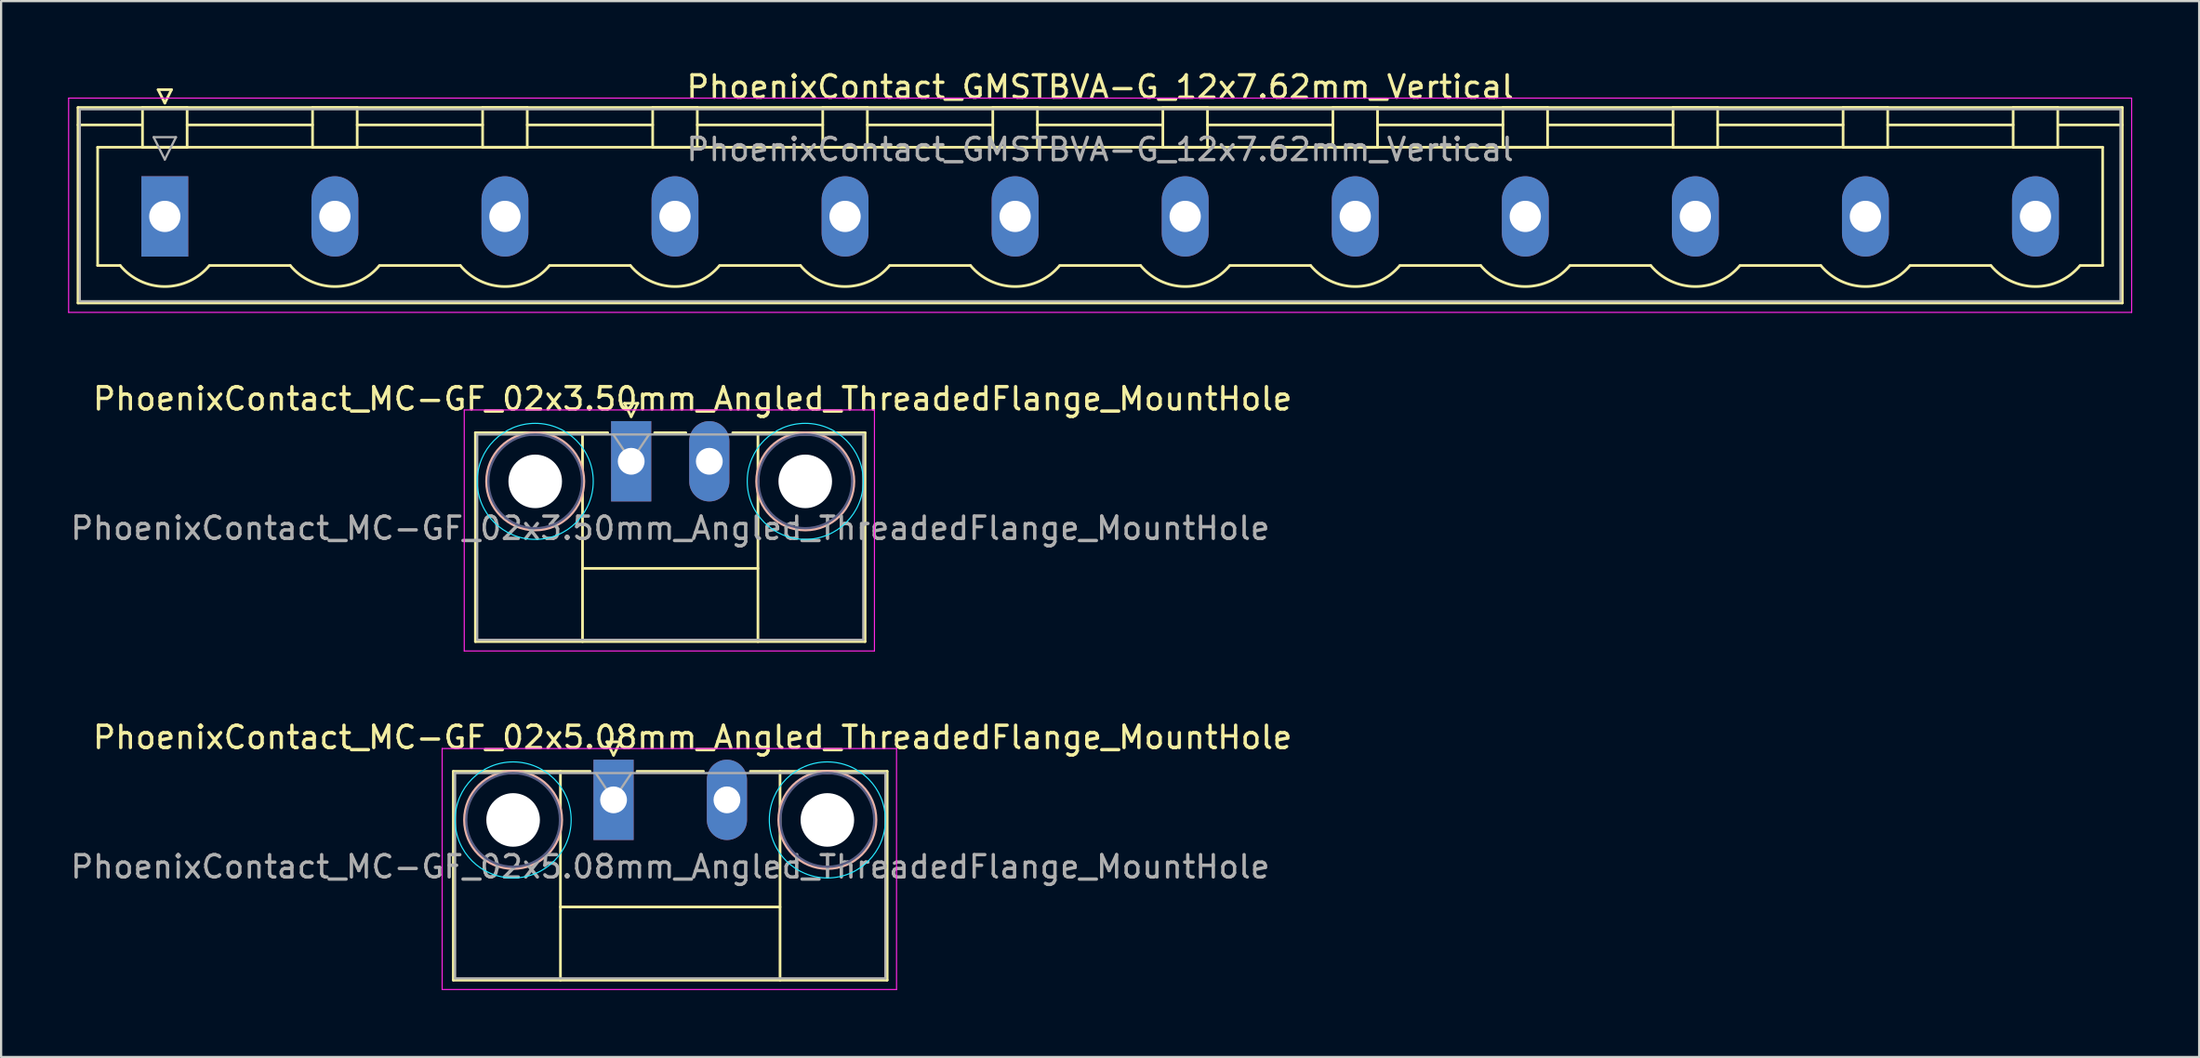
<source format=kicad_pcb>
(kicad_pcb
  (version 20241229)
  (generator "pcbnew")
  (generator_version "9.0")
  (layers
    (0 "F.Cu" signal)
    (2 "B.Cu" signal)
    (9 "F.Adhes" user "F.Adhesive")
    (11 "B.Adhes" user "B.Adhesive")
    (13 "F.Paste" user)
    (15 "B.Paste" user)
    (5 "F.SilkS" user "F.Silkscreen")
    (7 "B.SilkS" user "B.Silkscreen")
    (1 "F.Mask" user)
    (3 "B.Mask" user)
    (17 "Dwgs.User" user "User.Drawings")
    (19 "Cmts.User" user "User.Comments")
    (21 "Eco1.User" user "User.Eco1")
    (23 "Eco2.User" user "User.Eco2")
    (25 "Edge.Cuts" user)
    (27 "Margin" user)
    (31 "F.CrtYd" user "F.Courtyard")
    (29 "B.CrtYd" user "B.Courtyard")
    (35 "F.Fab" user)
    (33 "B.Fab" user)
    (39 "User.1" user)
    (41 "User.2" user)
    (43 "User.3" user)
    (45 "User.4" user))
  (footprint "PhoenixContact_MC-GF_02x3.50mm_Angled_ThreadedFlange_MountHole"
    (layer "F.Cu")
    (at 25.232 17.622)
    (property "Reference" "PhoenixContact_MC-GF_02x3.50mm_Angled_ThreadedFlange_MountHole" (at 2.75 -2.8 0) (layer "F.SilkS") (effects (font (size 1 1) (thickness 0.15))))
    (attr through_hole)
    (fp_line (start -6.98 -1.28) (end -6.98 8.08) (stroke (width 0.12) (type solid)) (layer "F.SilkS"))
    (fp_line (start -6.98 -1.28) (end -1.05 -1.28) (stroke (width 0.12) (type solid)) (layer "F.SilkS"))
    (fp_line (start -6.98 8.08) (end 10.48 8.08) (stroke (width 0.12) (type solid)) (layer "F.SilkS"))
    (fp_line (start -2.18 -1.28) (end -2.18 8.08) (stroke (width 0.12) (type solid)) (layer "F.SilkS"))
    (fp_line (start -2.18 4.8) (end 5.68 4.8) (stroke (width 0.12) (type solid)) (layer "F.SilkS"))
    (fp_line (start -0.3 -2.6) (end 0.3 -2.6) (stroke (width 0.12) (type solid)) (layer "F.SilkS"))
    (fp_line (start 0 -2) (end -0.3 -2.6) (stroke (width 0.12) (type solid)) (layer "F.SilkS"))
    (fp_line (start 0.3 -2.6) (end 0 -2) (stroke (width 0.12) (type solid)) (layer "F.SilkS"))
    (fp_line (start 1.05 -1.28) (end 2.45 -1.28) (stroke (width 0.12) (type solid)) (layer "F.SilkS"))
    (fp_line (start 5.68 -1.28) (end 5.68 8.08) (stroke (width 0.12) (type solid)) (layer "F.SilkS"))
    (fp_line (start 10.48 -1.28) (end 4.55 -1.28) (stroke (width 0.12) (type solid)) (layer "F.SilkS"))
    (fp_line (start 10.48 8.08) (end 10.48 -1.28) (stroke (width 0.12) (type solid)) (layer "F.SilkS"))
    (fp_circle (center -4.3 0.9) (end -2.12 0.9) (stroke (width 0.12) (type solid)) (fill no) (layer "B.SilkS"))
    (fp_circle (center 7.8 0.9) (end 9.98 0.9) (stroke (width 0.12) (type solid)) (fill no) (layer "B.SilkS"))
    (fp_circle (center -4.3 0.9) (end -1.7 0.9) (stroke (width 0.05) (type solid)) (fill no) (layer "B.CrtYd"))
    (fp_circle (center 7.8 0.9) (end 10.4 0.9) (stroke (width 0.05) (type solid)) (fill no) (layer "B.CrtYd"))
    (fp_line (start -7.48 -2.3) (end -7.48 8.5) (stroke (width 0.05) (type solid)) (layer "F.CrtYd"))
    (fp_line (start -7.48 8.5) (end 10.9 8.5) (stroke (width 0.05) (type solid)) (layer "F.CrtYd"))
    (fp_line (start 10.9 -2.3) (end -7.48 -2.3) (stroke (width 0.05) (type solid)) (layer "F.CrtYd"))
    (fp_line (start 10.9 8.5) (end 10.9 -2.3) (stroke (width 0.05) (type solid)) (layer "F.CrtYd"))
    (fp_circle (center -4.3 0.9) (end -2.2 0.9) (stroke (width 0.1) (type solid)) (fill no) (layer "B.Fab"))
    (fp_circle (center 7.8 0.9) (end 9.9 0.9) (stroke (width 0.1) (type solid)) (fill no) (layer "B.Fab"))
    (fp_line (start -6.9 -1.2) (end -6.9 8) (stroke (width 0.1) (type solid)) (layer "F.Fab"))
    (fp_line (start -6.9 8) (end 10.4 8) (stroke (width 0.1) (type solid)) (layer "F.Fab"))
    (fp_line (start 0 0) (end -0.8 -1.2) (stroke (width 0.1) (type solid)) (layer "F.Fab"))
    (fp_line (start 0.8 -1.2) (end 0 0) (stroke (width 0.1) (type solid)) (layer "F.Fab"))
    (fp_line (start 10.4 -1.2) (end -6.9 -1.2) (stroke (width 0.1) (type solid)) (layer "F.Fab"))
    (fp_line (start 10.4 8) (end 10.4 -1.2) (stroke (width 0.1) (type solid)) (layer "F.Fab"))
    (fp_text user "${REFERENCE}" (at 1.75 3 0) (layer "F.Fab") (effects (font (size 1 1) (thickness 0.15))))
    (pad "" np_thru_hole circle (at -4.3 0.9) (size 2.4 2.4) (drill 2.4) (layers "*.Cu" "*.Mask"))
    (pad "" np_thru_hole circle (at 7.8 0.9) (size 2.4 2.4) (drill 2.4) (layers "*.Cu" "*.Mask"))
    (pad "1" thru_hole rect (at 0 0) (size 1.8 3.6) (drill 1.2) (layers "*.Cu" "*.Mask"))
    (pad "2" thru_hole oval (at 3.5 0) (size 1.8 3.6) (drill 1.2) (layers "*.Cu" "*.Mask")))
  (footprint "PhoenixContact_GMSTBVA-G_12x7.62mm_Vertical"
    (layer "F.Cu")
    (at 4.335 6.648)
    (property "Reference" "PhoenixContact_GMSTBVA-G_12x7.62mm_Vertical" (at 41.91 -5.8 0) (layer "F.SilkS") (effects (font (size 1 1) (thickness 0.15))))
    (attr through_hole)
    (fp_line (start -3.89 -4.88) (end -3.89 3.88) (stroke (width 0.12) (type solid)) (layer "F.SilkS"))
    (fp_line (start -3.89 -4.1) (end -1.08 -4.1) (stroke (width 0.12) (type solid)) (layer "F.SilkS"))
    (fp_line (start -3.89 3.88) (end 87.71 3.88) (stroke (width 0.12) (type solid)) (layer "F.SilkS"))
    (fp_line (start -3.01 -3.1) (end 86.83 -3.1) (stroke (width 0.12) (type solid)) (layer "F.SilkS"))
    (fp_line (start -3.01 2.2) (end -3.01 -3.1) (stroke (width 0.12) (type solid)) (layer "F.SilkS"))
    (fp_line (start -2 2.2) (end -3.01 2.2) (stroke (width 0.12) (type solid)) (layer "F.SilkS"))
    (fp_line (start -1 -4.88) (end 1 -4.88) (stroke (width 0.12) (type solid)) (layer "F.SilkS"))
    (fp_line (start -1 -3.1) (end -1 -4.88) (stroke (width 0.12) (type solid)) (layer "F.SilkS"))
    (fp_line (start -0.3 -5.68) (end 0.3 -5.68) (stroke (width 0.12) (type solid)) (layer "F.SilkS"))
    (fp_line (start 0 -5.08) (end -0.3 -5.68) (stroke (width 0.12) (type solid)) (layer "F.SilkS"))
    (fp_line (start 0.3 -5.68) (end 0 -5.08) (stroke (width 0.12) (type solid)) (layer "F.SilkS"))
    (fp_line (start 1 -4.88) (end 1 -3.1) (stroke (width 0.12) (type solid)) (layer "F.SilkS"))
    (fp_line (start 1 -4.1) (end 6.62 -4.1) (stroke (width 0.12) (type solid)) (layer "F.SilkS"))
    (fp_line (start 1 -3.1) (end -1 -3.1) (stroke (width 0.12) (type solid)) (layer "F.SilkS"))
    (fp_line (start 2 2.2) (end 5.62 2.2) (stroke (width 0.12) (type solid)) (layer "F.SilkS"))
    (fp_line (start 6.62 -4.88) (end 8.62 -4.88) (stroke (width 0.12) (type solid)) (layer "F.SilkS"))
    (fp_line (start 6.62 -3.1) (end 6.62 -4.88) (stroke (width 0.12) (type solid)) (layer "F.SilkS"))
    (fp_line (start 8.62 -4.88) (end 8.62 -3.1) (stroke (width 0.12) (type solid)) (layer "F.SilkS"))
    (fp_line (start 8.62 -4.1) (end 14.24 -4.1) (stroke (width 0.12) (type solid)) (layer "F.SilkS"))
    (fp_line (start 8.62 -3.1) (end 6.62 -3.1) (stroke (width 0.12) (type solid)) (layer "F.SilkS"))
    (fp_line (start 9.62 2.2) (end 13.24 2.2) (stroke (width 0.12) (type solid)) (layer "F.SilkS"))
    (fp_line (start 14.24 -4.88) (end 16.24 -4.88) (stroke (width 0.12) (type solid)) (layer "F.SilkS"))
    (fp_line (start 14.24 -3.1) (end 14.24 -4.88) (stroke (width 0.12) (type solid)) (layer "F.SilkS"))
    (fp_line (start 16.24 -4.88) (end 16.24 -3.1) (stroke (width 0.12) (type solid)) (layer "F.SilkS"))
    (fp_line (start 16.24 -4.1) (end 21.86 -4.1) (stroke (width 0.12) (type solid)) (layer "F.SilkS"))
    (fp_line (start 16.24 -3.1) (end 14.24 -3.1) (stroke (width 0.12) (type solid)) (layer "F.SilkS"))
    (fp_line (start 17.24 2.2) (end 20.86 2.2) (stroke (width 0.12) (type solid)) (layer "F.SilkS"))
    (fp_line (start 21.86 -4.88) (end 23.86 -4.88) (stroke (width 0.12) (type solid)) (layer "F.SilkS"))
    (fp_line (start 21.86 -3.1) (end 21.86 -4.88) (stroke (width 0.12) (type solid)) (layer "F.SilkS"))
    (fp_line (start 23.86 -4.88) (end 23.86 -3.1) (stroke (width 0.12) (type solid)) (layer "F.SilkS"))
    (fp_line (start 23.86 -4.1) (end 29.48 -4.1) (stroke (width 0.12) (type solid)) (layer "F.SilkS"))
    (fp_line (start 23.86 -3.1) (end 21.86 -3.1) (stroke (width 0.12) (type solid)) (layer "F.SilkS"))
    (fp_line (start 24.86 2.2) (end 28.48 2.2) (stroke (width 0.12) (type solid)) (layer "F.SilkS"))
    (fp_line (start 29.48 -4.88) (end 31.48 -4.88) (stroke (width 0.12) (type solid)) (layer "F.SilkS"))
    (fp_line (start 29.48 -3.1) (end 29.48 -4.88) (stroke (width 0.12) (type solid)) (layer "F.SilkS"))
    (fp_line (start 31.48 -4.88) (end 31.48 -3.1) (stroke (width 0.12) (type solid)) (layer "F.SilkS"))
    (fp_line (start 31.48 -4.1) (end 37.1 -4.1) (stroke (width 0.12) (type solid)) (layer "F.SilkS"))
    (fp_line (start 31.48 -3.1) (end 29.48 -3.1) (stroke (width 0.12) (type solid)) (layer "F.SilkS"))
    (fp_line (start 32.48 2.2) (end 36.1 2.2) (stroke (width 0.12) (type solid)) (layer "F.SilkS"))
    (fp_line (start 37.1 -4.88) (end 39.1 -4.88) (stroke (width 0.12) (type solid)) (layer "F.SilkS"))
    (fp_line (start 37.1 -3.1) (end 37.1 -4.88) (stroke (width 0.12) (type solid)) (layer "F.SilkS"))
    (fp_line (start 39.1 -4.88) (end 39.1 -3.1) (stroke (width 0.12) (type solid)) (layer "F.SilkS"))
    (fp_line (start 39.1 -4.1) (end 44.72 -4.1) (stroke (width 0.12) (type solid)) (layer "F.SilkS"))
    (fp_line (start 39.1 -3.1) (end 37.1 -3.1) (stroke (width 0.12) (type solid)) (layer "F.SilkS"))
    (fp_line (start 40.1 2.2) (end 43.72 2.2) (stroke (width 0.12) (type solid)) (layer "F.SilkS"))
    (fp_line (start 44.72 -4.88) (end 46.72 -4.88) (stroke (width 0.12) (type solid)) (layer "F.SilkS"))
    (fp_line (start 44.72 -3.1) (end 44.72 -4.88) (stroke (width 0.12) (type solid)) (layer "F.SilkS"))
    (fp_line (start 46.72 -4.88) (end 46.72 -3.1) (stroke (width 0.12) (type solid)) (layer "F.SilkS"))
    (fp_line (start 46.72 -4.1) (end 52.34 -4.1) (stroke (width 0.12) (type solid)) (layer "F.SilkS"))
    (fp_line (start 46.72 -3.1) (end 44.72 -3.1) (stroke (width 0.12) (type solid)) (layer "F.SilkS"))
    (fp_line (start 47.72 2.2) (end 51.34 2.2) (stroke (width 0.12) (type solid)) (layer "F.SilkS"))
    (fp_line (start 52.34 -4.88) (end 54.34 -4.88) (stroke (width 0.12) (type solid)) (layer "F.SilkS"))
    (fp_line (start 52.34 -3.1) (end 52.34 -4.88) (stroke (width 0.12) (type solid)) (layer "F.SilkS"))
    (fp_line (start 54.34 -4.88) (end 54.34 -3.1) (stroke (width 0.12) (type solid)) (layer "F.SilkS"))
    (fp_line (start 54.34 -4.1) (end 59.96 -4.1) (stroke (width 0.12) (type solid)) (layer "F.SilkS"))
    (fp_line (start 54.34 -3.1) (end 52.34 -3.1) (stroke (width 0.12) (type solid)) (layer "F.SilkS"))
    (fp_line (start 55.34 2.2) (end 58.96 2.2) (stroke (width 0.12) (type solid)) (layer "F.SilkS"))
    (fp_line (start 59.96 -4.88) (end 61.96 -4.88) (stroke (width 0.12) (type solid)) (layer "F.SilkS"))
    (fp_line (start 59.96 -3.1) (end 59.96 -4.88) (stroke (width 0.12) (type solid)) (layer "F.SilkS"))
    (fp_line (start 61.96 -4.88) (end 61.96 -3.1) (stroke (width 0.12) (type solid)) (layer "F.SilkS"))
    (fp_line (start 61.96 -4.1) (end 67.58 -4.1) (stroke (width 0.12) (type solid)) (layer "F.SilkS"))
    (fp_line (start 61.96 -3.1) (end 59.96 -3.1) (stroke (width 0.12) (type solid)) (layer "F.SilkS"))
    (fp_line (start 62.96 2.2) (end 66.58 2.2) (stroke (width 0.12) (type solid)) (layer "F.SilkS"))
    (fp_line (start 67.58 -4.88) (end 69.58 -4.88) (stroke (width 0.12) (type solid)) (layer "F.SilkS"))
    (fp_line (start 67.58 -3.1) (end 67.58 -4.88) (stroke (width 0.12) (type solid)) (layer "F.SilkS"))
    (fp_line (start 69.58 -4.88) (end 69.58 -3.1) (stroke (width 0.12) (type solid)) (layer "F.SilkS"))
    (fp_line (start 69.58 -4.1) (end 75.2 -4.1) (stroke (width 0.12) (type solid)) (layer "F.SilkS"))
    (fp_line (start 69.58 -3.1) (end 67.58 -3.1) (stroke (width 0.12) (type solid)) (layer "F.SilkS"))
    (fp_line (start 70.58 2.2) (end 74.2 2.2) (stroke (width 0.12) (type solid)) (layer "F.SilkS"))
    (fp_line (start 75.2 -4.88) (end 77.2 -4.88) (stroke (width 0.12) (type solid)) (layer "F.SilkS"))
    (fp_line (start 75.2 -3.1) (end 75.2 -4.88) (stroke (width 0.12) (type solid)) (layer "F.SilkS"))
    (fp_line (start 77.2 -4.88) (end 77.2 -3.1) (stroke (width 0.12) (type solid)) (layer "F.SilkS"))
    (fp_line (start 77.2 -4.1) (end 82.82 -4.1) (stroke (width 0.12) (type solid)) (layer "F.SilkS"))
    (fp_line (start 77.2 -3.1) (end 75.2 -3.1) (stroke (width 0.12) (type solid)) (layer "F.SilkS"))
    (fp_line (start 78.2 2.2) (end 81.82 2.2) (stroke (width 0.12) (type solid)) (layer "F.SilkS"))
    (fp_line (start 82.82 -4.88) (end 84.82 -4.88) (stroke (width 0.12) (type solid)) (layer "F.SilkS"))
    (fp_line (start 82.82 -3.1) (end 82.82 -4.88) (stroke (width 0.12) (type solid)) (layer "F.SilkS"))
    (fp_line (start 84.82 -4.88) (end 84.82 -3.1) (stroke (width 0.12) (type solid)) (layer "F.SilkS"))
    (fp_line (start 84.82 -3.1) (end 82.82 -3.1) (stroke (width 0.12) (type solid)) (layer "F.SilkS"))
    (fp_line (start 86.83 -3.1) (end 86.83 2.2) (stroke (width 0.12) (type solid)) (layer "F.SilkS"))
    (fp_line (start 86.83 2.2) (end 85.82 2.2) (stroke (width 0.12) (type solid)) (layer "F.SilkS"))
    (fp_line (start 87.71 -4.88) (end -3.89 -4.88) (stroke (width 0.12) (type solid)) (layer "F.SilkS"))
    (fp_line (start 87.71 -4.1) (end 84.9 -4.1) (stroke (width 0.12) (type solid)) (layer "F.SilkS"))
    (fp_line (start 87.71 3.88) (end 87.71 -4.88) (stroke (width 0.12) (type solid)) (layer "F.SilkS"))
    (fp_arc (start 1.986842 2.215821) (mid -0.010289 3.142758) (end -2 2.2) (stroke (width 0.12) (type solid)) (layer "F.SilkS"))
    (fp_arc (start 9.606842 2.215821) (mid 7.609711 3.142758) (end 5.62 2.2) (stroke (width 0.12) (type solid)) (layer "F.SilkS"))
    (fp_arc (start 17.226842 2.215821) (mid 15.229711 3.142758) (end 13.24 2.2) (stroke (width 0.12) (type solid)) (layer "F.SilkS"))
    (fp_arc (start 24.846842 2.215821) (mid 22.849711 3.142758) (end 20.86 2.2) (stroke (width 0.12) (type solid)) (layer "F.SilkS"))
    (fp_arc (start 32.466842 2.215821) (mid 30.469711 3.142758) (end 28.48 2.2) (stroke (width 0.12) (type solid)) (layer "F.SilkS"))
    (fp_arc (start 40.086842 2.215821) (mid 38.089711 3.142758) (end 36.1 2.2) (stroke (width 0.12) (type solid)) (layer "F.SilkS"))
    (fp_arc (start 47.706842 2.215821) (mid 45.709711 3.142758) (end 43.72 2.2) (stroke (width 0.12) (type solid)) (layer "F.SilkS"))
    (fp_arc (start 55.326842 2.215821) (mid 53.329711 3.142758) (end 51.34 2.2) (stroke (width 0.12) (type solid)) (layer "F.SilkS"))
    (fp_arc (start 62.946842 2.215821) (mid 60.949711 3.142758) (end 58.96 2.2) (stroke (width 0.12) (type solid)) (layer "F.SilkS"))
    (fp_arc (start 70.566842 2.215821) (mid 68.569711 3.142758) (end 66.58 2.2) (stroke (width 0.12) (type solid)) (layer "F.SilkS"))
    (fp_arc (start 78.186842 2.215821) (mid 76.189711 3.142758) (end 74.2 2.2) (stroke (width 0.12) (type solid)) (layer "F.SilkS"))
    (fp_arc (start 85.806842 2.215821) (mid 83.809711 3.142758) (end 81.82 2.2) (stroke (width 0.12) (type solid)) (layer "F.SilkS"))
    (fp_line (start -4.31 -5.3) (end -4.31 4.3) (stroke (width 0.05) (type solid)) (layer "F.CrtYd"))
    (fp_line (start -4.31 4.3) (end 88.13 4.3) (stroke (width 0.05) (type solid)) (layer "F.CrtYd"))
    (fp_line (start 88.13 -5.3) (end -4.31 -5.3) (stroke (width 0.05) (type solid)) (layer "F.CrtYd"))
    (fp_line (start 88.13 4.3) (end 88.13 -5.3) (stroke (width 0.05) (type solid)) (layer "F.CrtYd"))
    (fp_line (start -3.81 -4.8) (end -3.81 3.8) (stroke (width 0.1) (type solid)) (layer "F.Fab"))
    (fp_line (start -3.81 3.8) (end 87.63 3.8) (stroke (width 0.1) (type solid)) (layer "F.Fab"))
    (fp_line (start -0.5 -3.55) (end 0.5 -3.55) (stroke (width 0.1) (type solid)) (layer "F.Fab"))
    (fp_line (start 0 -2.55) (end -0.5 -3.55) (stroke (width 0.1) (type solid)) (layer "F.Fab"))
    (fp_line (start 0.5 -3.55) (end 0 -2.55) (stroke (width 0.1) (type solid)) (layer "F.Fab"))
    (fp_line (start 87.63 -4.8) (end -3.81 -4.8) (stroke (width 0.1) (type solid)) (layer "F.Fab"))
    (fp_line (start 87.63 3.8) (end 87.63 -4.8) (stroke (width 0.1) (type solid)) (layer "F.Fab"))
    (fp_text user "${REFERENCE}" (at 41.91 -3 0) (layer "F.Fab") (effects (font (size 1 1) (thickness 0.15))))
    (pad "1" thru_hole rect (at 0 0) (size 2.1 3.6) (drill 1.4) (layers "*.Cu" "*.Mask"))
    (pad "2" thru_hole oval (at 7.62 0) (size 2.1 3.6) (drill 1.4) (layers "*.Cu" "*.Mask"))
    (pad "3" thru_hole oval (at 15.24 0) (size 2.1 3.6) (drill 1.4) (layers "*.Cu" "*.Mask"))
    (pad "4" thru_hole oval (at 22.86 0) (size 2.1 3.6) (drill 1.4) (layers "*.Cu" "*.Mask"))
    (pad "5" thru_hole oval (at 30.48 0) (size 2.1 3.6) (drill 1.4) (layers "*.Cu" "*.Mask"))
    (pad "6" thru_hole oval (at 38.1 0) (size 2.1 3.6) (drill 1.4) (layers "*.Cu" "*.Mask"))
    (pad "7" thru_hole oval (at 45.72 0) (size 2.1 3.6) (drill 1.4) (layers "*.Cu" "*.Mask"))
    (pad "8" thru_hole oval (at 53.34 0) (size 2.1 3.6) (drill 1.4) (layers "*.Cu" "*.Mask"))
    (pad "9" thru_hole oval (at 60.96 0) (size 2.1 3.6) (drill 1.4) (layers "*.Cu" "*.Mask"))
    (pad "10" thru_hole oval (at 68.58 0) (size 2.1 3.6) (drill 1.4) (layers "*.Cu" "*.Mask"))
    (pad "11" thru_hole oval (at 76.2 0) (size 2.1 3.6) (drill 1.4) (layers "*.Cu" "*.Mask"))
    (pad "12" thru_hole oval (at 83.82 0) (size 2.1 3.6) (drill 1.4) (layers "*.Cu" "*.Mask")))
  (footprint "PhoenixContact_MC-GF_02x5.08mm_Angled_ThreadedFlange_MountHole"
    (layer "F.Cu")
    (at 24.442 32.795)
    (property "Reference" "PhoenixContact_MC-GF_02x5.08mm_Angled_ThreadedFlange_MountHole" (at 3.54 -2.8 0) (layer "F.SilkS") (effects (font (size 1 1) (thickness 0.15))))
    (attr through_hole)
    (fp_line (start -7.18 -1.28) (end -7.18 8.08) (stroke (width 0.12) (type solid)) (layer "F.SilkS"))
    (fp_line (start -7.18 -1.28) (end -1.05 -1.28) (stroke (width 0.12) (type solid)) (layer "F.SilkS"))
    (fp_line (start -7.18 8.08) (end 12.26 8.08) (stroke (width 0.12) (type solid)) (layer "F.SilkS"))
    (fp_line (start -2.38 -1.28) (end -2.38 8.08) (stroke (width 0.12) (type solid)) (layer "F.SilkS"))
    (fp_line (start -2.38 4.8) (end 7.46 4.8) (stroke (width 0.12) (type solid)) (layer "F.SilkS"))
    (fp_line (start -0.3 -2.6) (end 0.3 -2.6) (stroke (width 0.12) (type solid)) (layer "F.SilkS"))
    (fp_line (start 0 -2) (end -0.3 -2.6) (stroke (width 0.12) (type solid)) (layer "F.SilkS"))
    (fp_line (start 0.3 -2.6) (end 0 -2) (stroke (width 0.12) (type solid)) (layer "F.SilkS"))
    (fp_line (start 1.05 -1.28) (end 4.03 -1.28) (stroke (width 0.12) (type solid)) (layer "F.SilkS"))
    (fp_line (start 7.46 -1.28) (end 7.46 8.08) (stroke (width 0.12) (type solid)) (layer "F.SilkS"))
    (fp_line (start 12.26 -1.28) (end 6.13 -1.28) (stroke (width 0.12) (type solid)) (layer "F.SilkS"))
    (fp_line (start 12.26 8.08) (end 12.26 -1.28) (stroke (width 0.12) (type solid)) (layer "F.SilkS"))
    (fp_circle (center -4.5 0.9) (end -2.32 0.9) (stroke (width 0.12) (type solid)) (fill no) (layer "B.SilkS"))
    (fp_circle (center 9.58 0.9) (end 11.76 0.9) (stroke (width 0.12) (type solid)) (fill no) (layer "B.SilkS"))
    (fp_circle (center -4.5 0.9) (end -1.9 0.9) (stroke (width 0.05) (type solid)) (fill no) (layer "B.CrtYd"))
    (fp_circle (center 9.58 0.9) (end 12.18 0.9) (stroke (width 0.05) (type solid)) (fill no) (layer "B.CrtYd"))
    (fp_line (start -7.68 -2.3) (end -7.68 8.5) (stroke (width 0.05) (type solid)) (layer "F.CrtYd"))
    (fp_line (start -7.68 8.5) (end 12.68 8.5) (stroke (width 0.05) (type solid)) (layer "F.CrtYd"))
    (fp_line (start 12.68 -2.3) (end -7.68 -2.3) (stroke (width 0.05) (type solid)) (layer "F.CrtYd"))
    (fp_line (start 12.68 8.5) (end 12.68 -2.3) (stroke (width 0.05) (type solid)) (layer "F.CrtYd"))
    (fp_circle (center -4.5 0.9) (end -2.4 0.9) (stroke (width 0.1) (type solid)) (fill no) (layer "B.Fab"))
    (fp_circle (center 9.58 0.9) (end 11.68 0.9) (stroke (width 0.1) (type solid)) (fill no) (layer "B.Fab"))
    (fp_line (start -7.1 -1.2) (end -7.1 8) (stroke (width 0.1) (type solid)) (layer "F.Fab"))
    (fp_line (start -7.1 8) (end 12.18 8) (stroke (width 0.1) (type solid)) (layer "F.Fab"))
    (fp_line (start 0 0) (end -0.8 -1.2) (stroke (width 0.1) (type solid)) (layer "F.Fab"))
    (fp_line (start 0.8 -1.2) (end 0 0) (stroke (width 0.1) (type solid)) (layer "F.Fab"))
    (fp_line (start 12.18 -1.2) (end -7.1 -1.2) (stroke (width 0.1) (type solid)) (layer "F.Fab"))
    (fp_line (start 12.18 8) (end 12.18 -1.2) (stroke (width 0.1) (type solid)) (layer "F.Fab"))
    (fp_text user "${REFERENCE}" (at 2.54 3 0) (layer "F.Fab") (effects (font (size 1 1) (thickness 0.15))))
    (pad "" np_thru_hole circle (at -4.5 0.9) (size 2.4 2.4) (drill 2.4) (layers "*.Cu" "*.Mask"))
    (pad "" np_thru_hole circle (at 9.58 0.9) (size 2.4 2.4) (drill 2.4) (layers "*.Cu" "*.Mask"))
    (pad "1" thru_hole rect (at 0 0) (size 1.8 3.6) (drill 1.2) (layers "*.Cu" "*.Mask"))
    (pad "2" thru_hole oval (at 5.08 0) (size 1.8 3.6) (drill 1.2) (layers "*.Cu" "*.Mask")))
  (gr_rect
    (start -3 -3)
    (end 95.49 44.32)
    (stroke (width 0.1) (type default))
    (fill no)
    (layer "Edge.Cuts")))
</source>
